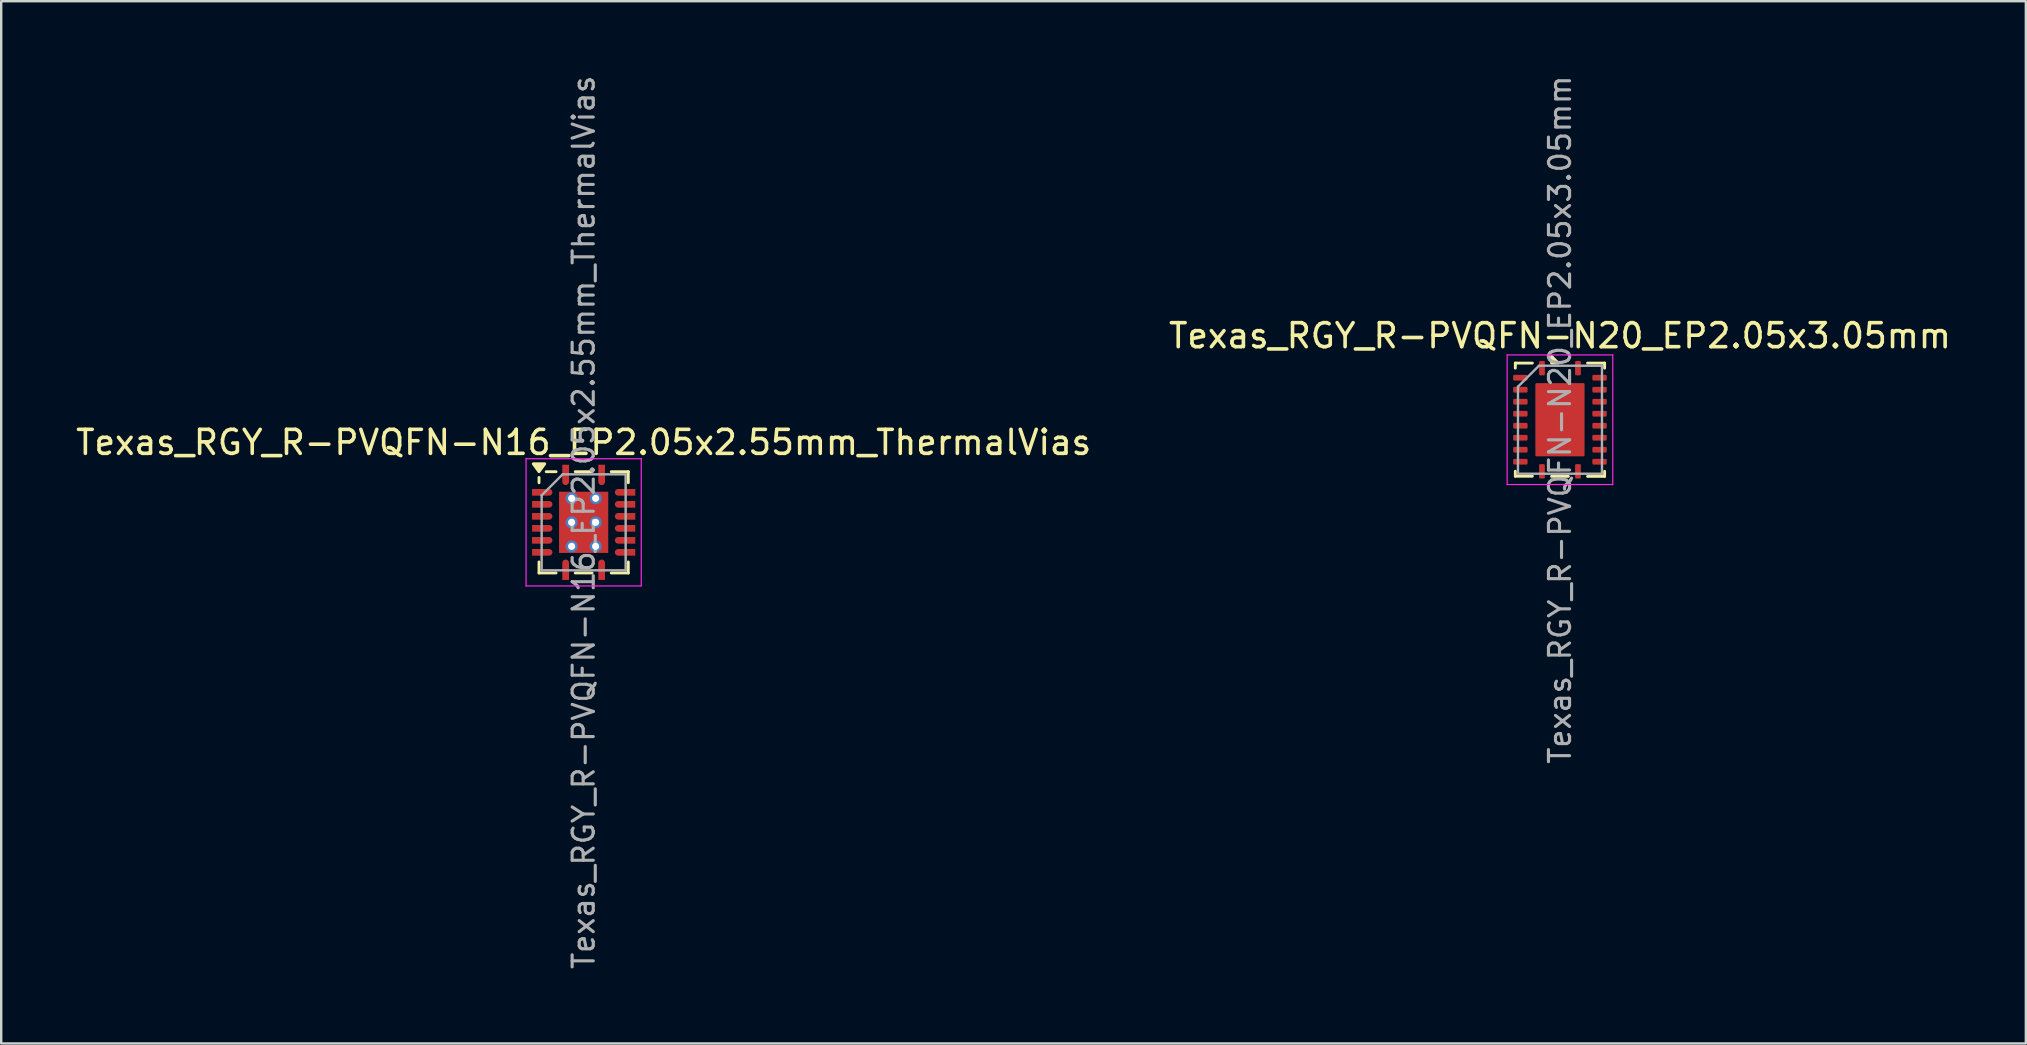
<source format=kicad_pcb>
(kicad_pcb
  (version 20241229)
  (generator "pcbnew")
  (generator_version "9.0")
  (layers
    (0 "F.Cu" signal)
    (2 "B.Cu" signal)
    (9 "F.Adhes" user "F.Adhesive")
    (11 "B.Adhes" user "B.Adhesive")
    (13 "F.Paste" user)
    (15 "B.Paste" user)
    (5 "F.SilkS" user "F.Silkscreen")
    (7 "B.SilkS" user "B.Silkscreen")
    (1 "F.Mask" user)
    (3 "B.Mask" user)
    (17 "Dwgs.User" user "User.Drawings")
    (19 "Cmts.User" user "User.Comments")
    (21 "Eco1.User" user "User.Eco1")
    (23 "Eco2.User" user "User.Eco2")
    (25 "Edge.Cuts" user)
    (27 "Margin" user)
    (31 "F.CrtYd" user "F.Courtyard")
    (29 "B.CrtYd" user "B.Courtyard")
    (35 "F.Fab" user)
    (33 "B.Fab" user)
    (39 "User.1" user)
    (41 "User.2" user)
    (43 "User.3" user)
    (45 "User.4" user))
  (footprint "Texas_RGY_R-PVQFN-N20_EP2.05x3.05mm"
    (layer "F.Cu")
    (at 61.946 14.438)
    (property "Reference" "Texas_RGY_R-PVQFN-N20_EP2.05x3.05mm" (at 0 -3.5 0) (layer "F.SilkS") (effects (font (size 1 1) (thickness 0.15))))
    (attr smd)
    (fp_line (start -1.86 -2.36) (end -1.86 -2.15) (stroke (width 0.12) (type solid)) (layer "F.SilkS"))
    (fp_line (start -1.86 2.355) (end -1.86 2.145) (stroke (width 0.12) (type solid)) (layer "F.SilkS"))
    (fp_line (start -1.15 -2.36) (end -1.86 -2.36) (stroke (width 0.12) (type solid)) (layer "F.SilkS"))
    (fp_line (start -1.15 2.355) (end -1.86 2.355) (stroke (width 0.12) (type solid)) (layer "F.SilkS"))
    (fp_line (start 0.35 2.36) (end -0.35 2.36) (stroke (width 0.12) (type solid)) (layer "F.SilkS"))
    (fp_line (start 1.15 -2.36) (end 1.86 -2.36) (stroke (width 0.12) (type solid)) (layer "F.SilkS"))
    (fp_line (start 1.15 2.36) (end 1.86 2.36) (stroke (width 0.12) (type solid)) (layer "F.SilkS"))
    (fp_line (start 1.86 -2.36) (end 1.86 -2.15) (stroke (width 0.12) (type solid)) (layer "F.SilkS"))
    (fp_line (start 1.86 2.36) (end 1.86 2.15) (stroke (width 0.12) (type solid)) (layer "F.SilkS"))
    (fp_poly (pts (xy -0.35 -2.36) (xy -0.35 -2.64) (xy -0.07 -2.36) (xy -0.35 -2.36)) (stroke (width 0.12) (type solid)) (fill yes) (layer "F.SilkS"))
    (fp_line (start -2.2 -2.7) (end -2.2 2.7) (stroke (width 0.05) (type solid)) (layer "F.CrtYd"))
    (fp_line (start -2.2 2.7) (end 2.2 2.7) (stroke (width 0.05) (type solid)) (layer "F.CrtYd"))
    (fp_line (start 2.2 -2.7) (end -2.2 -2.7) (stroke (width 0.05) (type solid)) (layer "F.CrtYd"))
    (fp_line (start 2.2 2.7) (end 2.2 -2.7) (stroke (width 0.05) (type solid)) (layer "F.CrtYd"))
    (fp_line (start -1.75 -1.375) (end -0.875 -2.25) (stroke (width 0.1) (type solid)) (layer "F.Fab"))
    (fp_line (start -1.75 2.25) (end -1.75 -1.375) (stroke (width 0.1) (type solid)) (layer "F.Fab"))
    (fp_line (start -0.875 -2.25) (end 1.75 -2.25) (stroke (width 0.1) (type solid)) (layer "F.Fab"))
    (fp_line (start 1.75 -2.25) (end 1.75 2.25) (stroke (width 0.1) (type solid)) (layer "F.Fab"))
    (fp_line (start 1.75 2.25) (end -1.75 2.25) (stroke (width 0.1) (type solid)) (layer "F.Fab"))
    (fp_text user "${REFERENCE}" (at 0 0 90) (layer "F.Fab") (effects (font (size 0.88 0.88) (thickness 0.13))))
    (pad "" smd rect (at -0.56 -0.77) (size 0.92 1.33) (layers "F.Paste"))
    (pad "" smd rect (at -0.56 0.77) (size 0.92 1.33) (layers "F.Paste"))
    (pad "" smd rect (at 0.56 -0.77) (size 0.92 1.33) (layers "F.Paste"))
    (pad "" smd rect (at 0.56 0.77) (size 0.92 1.33) (layers "F.Paste"))
    (pad "1" smd roundrect (at -0.75 -2.15 90) (size 0.6 0.24) (layers "F.Cu" "F.Mask" "F.Paste") (roundrect_rratio 0.208))
    (pad "2" smd roundrect (at -1.65 -1.75) (size 0.6 0.24) (layers "F.Cu" "F.Mask" "F.Paste") (roundrect_rratio 0.208))
    (pad "3" smd roundrect (at -1.65 -1.25) (size 0.6 0.24) (layers "F.Cu" "F.Mask" "F.Paste") (roundrect_rratio 0.208))
    (pad "4" smd roundrect (at -1.65 -0.75) (size 0.6 0.24) (layers "F.Cu" "F.Mask" "F.Paste") (roundrect_rratio 0.208))
    (pad "5" smd roundrect (at -1.65 -0.25) (size 0.6 0.24) (layers "F.Cu" "F.Mask" "F.Paste") (roundrect_rratio 0.208))
    (pad "6" smd roundrect (at -1.65 0.25) (size 0.6 0.24) (layers "F.Cu" "F.Mask" "F.Paste") (roundrect_rratio 0.208))
    (pad "7" smd roundrect (at -1.65 0.75) (size 0.6 0.24) (layers "F.Cu" "F.Mask" "F.Paste") (roundrect_rratio 0.208))
    (pad "8" smd roundrect (at -1.65 1.25) (size 0.6 0.24) (layers "F.Cu" "F.Mask" "F.Paste") (roundrect_rratio 0.208))
    (pad "9" smd roundrect (at -1.65 1.75) (size 0.6 0.24) (layers "F.Cu" "F.Mask" "F.Paste") (roundrect_rratio 0.208))
    (pad "10" smd roundrect (at -0.75 2.15 90) (size 0.6 0.24) (layers "F.Cu" "F.Mask" "F.Paste") (roundrect_rratio 0.208))
    (pad "11" smd roundrect (at 0.75 2.15 90) (size 0.6 0.24) (layers "F.Cu" "F.Mask" "F.Paste") (roundrect_rratio 0.208))
    (pad "12" smd roundrect (at 1.65 1.75) (size 0.6 0.24) (layers "F.Cu" "F.Mask" "F.Paste") (roundrect_rratio 0.208))
    (pad "13" smd roundrect (at 1.65 1.25) (size 0.6 0.24) (layers "F.Cu" "F.Mask" "F.Paste") (roundrect_rratio 0.208))
    (pad "14" smd roundrect (at 1.65 0.75) (size 0.6 0.24) (layers "F.Cu" "F.Mask" "F.Paste") (roundrect_rratio 0.208))
    (pad "15" smd roundrect (at 1.65 0.25) (size 0.6 0.24) (layers "F.Cu" "F.Mask" "F.Paste") (roundrect_rratio 0.208))
    (pad "16" smd roundrect (at 1.65 -0.25) (size 0.6 0.24) (layers "F.Cu" "F.Mask" "F.Paste") (roundrect_rratio 0.208))
    (pad "17" smd roundrect (at 1.65 -0.75) (size 0.6 0.24) (layers "F.Cu" "F.Mask" "F.Paste") (roundrect_rratio 0.208))
    (pad "18" smd roundrect (at 1.65 -1.25) (size 0.6 0.24) (layers "F.Cu" "F.Mask" "F.Paste") (roundrect_rratio 0.208))
    (pad "19" smd roundrect (at 1.65 -1.75) (size 0.6 0.24) (layers "F.Cu" "F.Mask" "F.Paste") (roundrect_rratio 0.208))
    (pad "20" smd roundrect (at 0.75 -2.15 90) (size 0.6 0.24) (layers "F.Cu" "F.Mask" "F.Paste") (roundrect_rratio 0.208))
    (pad "21" smd roundrect (at 0 0) (size 2.05 3.05) (layers "F.Cu" "F.Mask") (roundrect_rratio 0.024)))
  (footprint "Texas_RGY_R-PVQFN-N16_EP2.05x2.55mm_ThermalVias"
    (layer "F.Cu")
    (at 21.268 18.713)
    (property "Reference" "Texas_RGY_R-PVQFN-N16_EP2.05x2.55mm_ThermalVias" (at 0 -3.33 0) (layer "F.SilkS") (effects (font (size 1 1) (thickness 0.15))))
    (attr smd)
    (fp_line (start -1.86 -1.65) (end -1.86 -1.87) (stroke (width 0.12) (type solid)) (layer "F.SilkS"))
    (fp_line (start -1.86 2.11) (end -1.86 1.65) (stroke (width 0.12) (type solid)) (layer "F.SilkS"))
    (fp_line (start -1.15 -2.11) (end -1.56 -2.11) (stroke (width 0.12) (type solid)) (layer "F.SilkS"))
    (fp_line (start -1.15 2.11) (end -1.86 2.11) (stroke (width 0.12) (type solid)) (layer "F.SilkS"))
    (fp_line (start 0.35 -2.11) (end -0.35 -2.11) (stroke (width 0.12) (type solid)) (layer "F.SilkS"))
    (fp_line (start 0.35 2.11) (end -0.35 2.11) (stroke (width 0.12) (type solid)) (layer "F.SilkS"))
    (fp_line (start 1.15 -2.11) (end 1.86 -2.11) (stroke (width 0.12) (type solid)) (layer "F.SilkS"))
    (fp_line (start 1.15 2.11) (end 1.86 2.11) (stroke (width 0.12) (type solid)) (layer "F.SilkS"))
    (fp_line (start 1.86 -2.11) (end 1.86 -1.65) (stroke (width 0.12) (type solid)) (layer "F.SilkS"))
    (fp_line (start 1.86 2.11) (end 1.86 1.65) (stroke (width 0.12) (type solid)) (layer "F.SilkS"))
    (fp_poly (pts (xy -1.86 -2.11) (xy -2.1 -2.44) (xy -1.62 -2.44) (xy -1.86 -2.11)) (stroke (width 0.12) (type solid)) (fill yes) (layer "F.SilkS"))
    (fp_line (start -2.4 -2.65) (end -2.4 2.65) (stroke (width 0.05) (type solid)) (layer "F.CrtYd"))
    (fp_line (start -2.4 2.65) (end 2.4 2.65) (stroke (width 0.05) (type solid)) (layer "F.CrtYd"))
    (fp_line (start 2.4 -2.65) (end -2.4 -2.65) (stroke (width 0.05) (type solid)) (layer "F.CrtYd"))
    (fp_line (start 2.4 2.65) (end 2.4 -2.65) (stroke (width 0.05) (type solid)) (layer "F.CrtYd"))
    (fp_line (start -1.75 -1.125) (end -0.875 -2) (stroke (width 0.1) (type solid)) (layer "F.Fab"))
    (fp_line (start -1.75 2) (end -1.75 -1.125) (stroke (width 0.1) (type solid)) (layer "F.Fab"))
    (fp_line (start -0.875 -2) (end 1.75 -2) (stroke (width 0.1) (type solid)) (layer "F.Fab"))
    (fp_line (start 1.75 -2) (end 1.75 2) (stroke (width 0.1) (type solid)) (layer "F.Fab"))
    (fp_line (start 1.75 2) (end -1.75 2) (stroke (width 0.1) (type solid)) (layer "F.Fab"))
    (fp_text user "${REFERENCE}" (at 0 0 90) (layer "F.Fab") (effects (font (size 0.88 0.88) (thickness 0.13))))
    (pad "" smd rect (at -0.56 -0.685) (size 0.82 1.07) (layers "F.Paste"))
    (pad "" smd rect (at -0.56 0.685) (size 0.82 1.07) (layers "F.Paste"))
    (pad "" smd rect (at 0.56 -0.685) (size 0.82 1.07) (layers "F.Paste"))
    (pad "" smd rect (at 0.56 0.685) (size 0.82 1.07) (layers "F.Paste"))
    (pad "1" smd custom (at -0.75 -2.045) (size 0.28 0.71) (layers "F.Cu" "F.Mask" "F.Paste") (options (anchor rect)) (primitives (gr_circle (center 0 0.355) (end 0.14 0.355) (width 0) (fill yes))))
    (pad "2" smd custom (at -1.795 -1.25) (size 0.71 0.28) (layers "F.Cu" "F.Mask" "F.Paste") (options (anchor rect)) (primitives (gr_circle (center 0.355 0) (end 0.495 0) (width 0) (fill yes))))
    (pad "3" smd custom (at -1.795 -0.75) (size 0.71 0.28) (layers "F.Cu" "F.Mask" "F.Paste") (options (anchor rect)) (primitives (gr_circle (center 0.355 0) (end 0.495 0) (width 0) (fill yes))))
    (pad "4" smd custom (at -1.795 -0.25) (size 0.71 0.28) (layers "F.Cu" "F.Mask" "F.Paste") (options (anchor rect)) (primitives (gr_circle (center 0.355 0) (end 0.495 0) (width 0) (fill yes))))
    (pad "5" smd custom (at -1.795 0.25) (size 0.71 0.28) (layers "F.Cu" "F.Mask" "F.Paste") (options (anchor rect)) (primitives (gr_circle (center 0.355 0) (end 0.495 0) (width 0) (fill yes))))
    (pad "6" smd custom (at -1.795 0.75) (size 0.71 0.28) (layers "F.Cu" "F.Mask" "F.Paste") (options (anchor rect)) (primitives (gr_circle (center 0.355 0) (end 0.495 0) (width 0) (fill yes))))
    (pad "7" smd custom (at -1.795 1.25) (size 0.71 0.28) (layers "F.Cu" "F.Mask" "F.Paste") (options (anchor rect)) (primitives (gr_circle (center 0.355 0) (end 0.495 0) (width 0) (fill yes))))
    (pad "8" smd custom (at -0.75 2.045) (size 0.28 0.71) (layers "F.Cu" "F.Mask" "F.Paste") (options (anchor rect)) (primitives (gr_circle (center 0 -0.355) (end 0.14 -0.355) (width 0) (fill yes))))
    (pad "9" smd custom (at 0.75 2.045) (size 0.28 0.71) (layers "F.Cu" "F.Mask" "F.Paste") (options (anchor rect)) (primitives (gr_circle (center 0 -0.355) (end 0.14 -0.355) (width 0) (fill yes))))
    (pad "10" smd custom (at 1.795 1.25) (size 0.71 0.28) (layers "F.Cu" "F.Mask" "F.Paste") (options (anchor rect)) (primitives (gr_circle (center -0.355 0) (end -0.215 0) (width 0) (fill yes))))
    (pad "11" smd custom (at 1.795 0.75) (size 0.71 0.28) (layers "F.Cu" "F.Mask" "F.Paste") (options (anchor rect)) (primitives (gr_circle (center -0.355 0) (end -0.215 0) (width 0) (fill yes))))
    (pad "12" smd custom (at 1.795 0.25) (size 0.71 0.28) (layers "F.Cu" "F.Mask" "F.Paste") (options (anchor rect)) (primitives (gr_circle (center -0.355 0) (end -0.215 0) (width 0) (fill yes))))
    (pad "13" smd custom (at 1.795 -0.25) (size 0.71 0.28) (layers "F.Cu" "F.Mask" "F.Paste") (options (anchor rect)) (primitives (gr_circle (center -0.355 0) (end -0.215 0) (width 0) (fill yes))))
    (pad "14" smd custom (at 1.795 -0.75) (size 0.71 0.28) (layers "F.Cu" "F.Mask" "F.Paste") (options (anchor rect)) (primitives (gr_circle (center -0.355 0) (end -0.215 0) (width 0) (fill yes))))
    (pad "15" smd custom (at 1.795 -1.25) (size 0.71 0.28) (layers "F.Cu" "F.Mask" "F.Paste") (options (anchor rect)) (primitives (gr_circle (center -0.355 0) (end -0.215 0) (width 0) (fill yes))))
    (pad "16" smd custom (at 0.75 -2.045) (size 0.28 0.71) (layers "F.Cu" "F.Mask" "F.Paste") (options (anchor rect)) (primitives (gr_circle (center 0 0.355) (end 0.14 0.355) (width 0) (fill yes))))
    (pad "17" smd rect (at 0 0) (size 2.05 2.55) (layers "F.Cu" "F.Mask"))
    (pad "25" thru_hole circle (at -0.5 -1) (size 0.5 0.5) (drill 0.3) (layers "*.Cu"))
    (pad "25" thru_hole circle (at -0.5 0) (size 0.5 0.5) (drill 0.3) (layers "*.Cu"))
    (pad "25" thru_hole circle (at -0.5 1) (size 0.5 0.5) (drill 0.3) (layers "*.Cu"))
    (pad "25" thru_hole circle (at 0.5 -1) (size 0.5 0.5) (drill 0.3) (layers "*.Cu"))
    (pad "25" thru_hole circle (at 0.5 0) (size 0.5 0.5) (drill 0.3) (layers "*.Cu"))
    (pad "25" thru_hole circle (at 0.5 1) (size 0.5 0.5) (drill 0.3) (layers "*.Cu")))
  (gr_rect
    (start -3 -3)
    (end 81.357 40.425)
    (stroke (width 0.1) (type default))
    (fill no)
    (layer "Edge.Cuts")))
</source>
